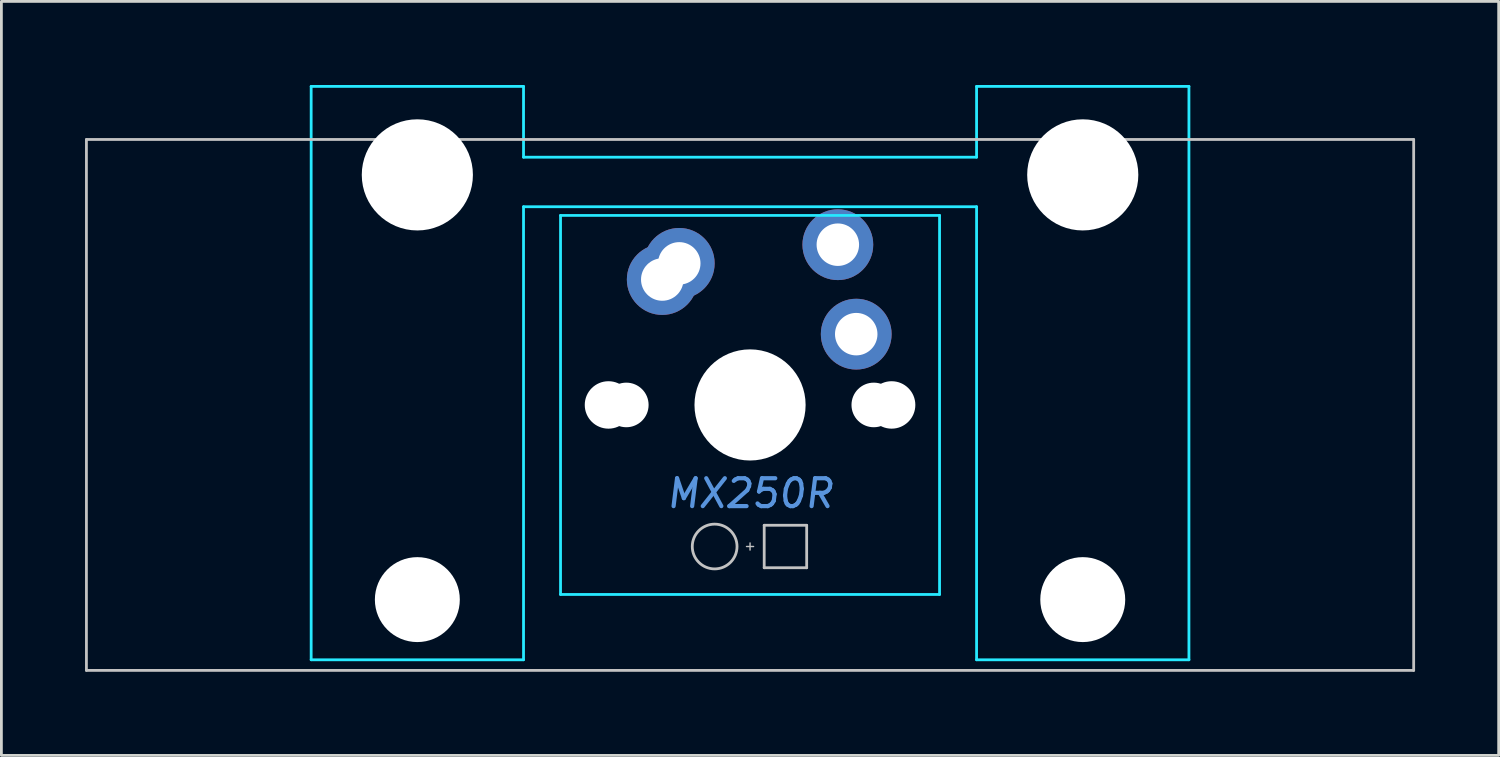
<source format=kicad_pcb>
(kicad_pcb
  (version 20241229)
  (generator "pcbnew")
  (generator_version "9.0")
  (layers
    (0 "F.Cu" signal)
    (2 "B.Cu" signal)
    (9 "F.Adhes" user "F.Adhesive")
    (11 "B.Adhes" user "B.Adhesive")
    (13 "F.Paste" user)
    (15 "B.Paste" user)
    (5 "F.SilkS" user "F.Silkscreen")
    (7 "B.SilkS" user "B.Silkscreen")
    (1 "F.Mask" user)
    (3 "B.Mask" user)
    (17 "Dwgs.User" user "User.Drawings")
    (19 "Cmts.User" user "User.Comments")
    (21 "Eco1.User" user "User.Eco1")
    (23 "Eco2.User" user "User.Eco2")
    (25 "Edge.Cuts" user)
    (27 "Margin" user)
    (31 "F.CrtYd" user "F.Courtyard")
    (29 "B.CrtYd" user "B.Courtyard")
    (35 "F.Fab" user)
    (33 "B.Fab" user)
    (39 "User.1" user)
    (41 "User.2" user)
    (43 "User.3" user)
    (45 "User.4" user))
  (footprint "MX250R"
    (layer "F.Cu")
    (at 23.863 11.48)
    (property "Reference" "MX250R" (at 0 3.175 0) (layer "Cmts.User") (effects (font (size 1 1) (thickness 0.15) (italic yes))))
    (attr through_hole)
    (fp_line (start -23.812 -9.525) (end -23.812 9.525) (stroke (width 0.1) (type solid)) (layer "Dwgs.User"))
    (fp_line (start -23.812 -9.525) (end 23.812 -9.525) (stroke (width 0.1) (type solid)) (layer "Dwgs.User"))
    (fp_line (start -23.812 9.525) (end 23.812 9.525) (stroke (width 0.1) (type solid)) (layer "Dwgs.User"))
    (fp_line (start -0.127 5.08) (end 0.127 5.08) (stroke (width 0.05) (type solid)) (layer "Dwgs.User"))
    (fp_line (start 0 5.207) (end 0 4.953) (stroke (width 0.05) (type solid)) (layer "Dwgs.User"))
    (fp_line (start 0.508 4.318) (end 0.508 5.842) (stroke (width 0.1) (type solid)) (layer "Dwgs.User"))
    (fp_line (start 0.508 4.318) (end 2.032 4.318) (stroke (width 0.1) (type solid)) (layer "Dwgs.User"))
    (fp_line (start 0.508 5.842) (end 2.032 5.842) (stroke (width 0.1) (type solid)) (layer "Dwgs.User"))
    (fp_line (start 2.032 5.842) (end 2.032 4.318) (stroke (width 0.1) (type solid)) (layer "Dwgs.User"))
    (fp_line (start 23.812 -9.525) (end 23.812 9.525) (stroke (width 0.1) (type solid)) (layer "Dwgs.User"))
    (fp_circle (center -1.27 5.08) (end -0.467 5.08) (stroke (width 0.1) (type solid)) (fill no) (layer "Dwgs.User"))
    (fp_line (start -17.17 0.889) (end -17.17 2.921) (stroke (width 0.1) (type solid)) (layer "Eco1.User"))
    (fp_line (start -16.789 3.302) (end -16.535 3.302) (stroke (width 0.1) (type solid)) (layer "Eco1.User"))
    (fp_line (start -16.535 0.508) (end -16.789 0.508) (stroke (width 0.1) (type solid)) (layer "Eco1.User"))
    (fp_line (start -16.154 -6.223) (end -16.154 0.127) (stroke (width 0.1) (type solid)) (layer "Eco1.User"))
    (fp_line (start -16.154 3.683) (end -16.154 5.309) (stroke (width 0.1) (type solid)) (layer "Eco1.User"))
    (fp_line (start -15.773 5.69) (end -9.881 5.69) (stroke (width 0.1) (type solid)) (layer "Eco1.User"))
    (fp_line (start -14.732 -6.604) (end -15.773 -6.604) (stroke (width 0.1) (type solid)) (layer "Eco1.User"))
    (fp_line (start -14.351 -7.391) (end -14.351 -6.985) (stroke (width 0.1) (type solid)) (layer "Eco1.User"))
    (fp_line (start -11.684 -7.772) (end -13.97 -7.772) (stroke (width 0.1) (type solid)) (layer "Eco1.User"))
    (fp_line (start -11.303 -6.985) (end -11.303 -7.391) (stroke (width 0.1) (type solid)) (layer "Eco1.User"))
    (fp_line (start -9.881 -6.604) (end -10.922 -6.604) (stroke (width 0.1) (type solid)) (layer "Eco1.User"))
    (fp_line (start -9.5 -6.198) (end -9.5 -6.223) (stroke (width 0.1) (type solid)) (layer "Eco1.User"))
    (fp_line (start -9.5 5.309) (end -9.5 5.258) (stroke (width 0.1) (type solid)) (layer "Eco1.User"))
    (fp_line (start -9.119 4.877) (end -7.366 4.877) (stroke (width 0.1) (type solid)) (layer "Eco1.User"))
    (fp_line (start -7.366 -5.817) (end -9.119 -5.817) (stroke (width 0.1) (type solid)) (layer "Eco1.User"))
    (fp_line (start -6.985 -6.604) (end -6.985 -6.197) (stroke (width 0.1) (type solid)) (layer "Eco1.User"))
    (fp_line (start -6.985 5.258) (end -6.985 6.604) (stroke (width 0.1) (type solid)) (layer "Eco1.User"))
    (fp_line (start -6.604 -6.985) (end 6.604 -6.985) (stroke (width 0.1) (type solid)) (layer "Eco1.User"))
    (fp_line (start -2.159 0) (end 2.159 0) (stroke (width 0.1) (type solid)) (layer "Eco1.User"))
    (fp_line (start 0 2.159) (end 0 -2.159) (stroke (width 0.1) (type solid)) (layer "Eco1.User"))
    (fp_line (start 6.604 6.985) (end -6.604 6.985) (stroke (width 0.1) (type solid)) (layer "Eco1.User"))
    (fp_line (start 6.985 -6.604) (end 6.985 -6.197) (stroke (width 0.1) (type solid)) (layer "Eco1.User"))
    (fp_line (start 6.985 5.258) (end 6.985 6.604) (stroke (width 0.1) (type solid)) (layer "Eco1.User"))
    (fp_line (start 7.366 -5.817) (end 9.119 -5.817) (stroke (width 0.1) (type solid)) (layer "Eco1.User"))
    (fp_line (start 9.119 4.877) (end 7.366 4.877) (stroke (width 0.1) (type solid)) (layer "Eco1.User"))
    (fp_line (start 9.5 -6.198) (end 9.5 -6.223) (stroke (width 0.1) (type solid)) (layer "Eco1.User"))
    (fp_line (start 9.5 5.309) (end 9.5 5.258) (stroke (width 0.1) (type solid)) (layer "Eco1.User"))
    (fp_line (start 9.881 -6.604) (end 10.922 -6.604) (stroke (width 0.1) (type solid)) (layer "Eco1.User"))
    (fp_line (start 11.303 -6.985) (end 11.303 -7.391) (stroke (width 0.1) (type solid)) (layer "Eco1.User"))
    (fp_line (start 11.684 -7.772) (end 13.97 -7.772) (stroke (width 0.1) (type solid)) (layer "Eco1.User"))
    (fp_line (start 14.351 -7.391) (end 14.351 -6.985) (stroke (width 0.1) (type solid)) (layer "Eco1.User"))
    (fp_line (start 14.732 -6.604) (end 15.773 -6.604) (stroke (width 0.1) (type solid)) (layer "Eco1.User"))
    (fp_line (start 15.773 5.69) (end 9.881 5.69) (stroke (width 0.1) (type solid)) (layer "Eco1.User"))
    (fp_line (start 16.154 -6.223) (end 16.154 0.127) (stroke (width 0.1) (type solid)) (layer "Eco1.User"))
    (fp_line (start 16.154 3.683) (end 16.154 5.309) (stroke (width 0.1) (type solid)) (layer "Eco1.User"))
    (fp_line (start 16.535 0.508) (end 16.789 0.508) (stroke (width 0.1) (type solid)) (layer "Eco1.User"))
    (fp_line (start 16.789 3.302) (end 16.535 3.302) (stroke (width 0.1) (type solid)) (layer "Eco1.User"))
    (fp_line (start 17.17 0.889) (end 17.17 2.921) (stroke (width 0.1) (type solid)) (layer "Eco1.User"))
    (fp_arc (start -17.1704 0.889) (mid -17.058808 0.619592) (end -16.7894 0.508) (stroke (width 0.1) (type solid)) (layer "Eco1.User"))
    (fp_arc (start -16.7894 3.302) (mid -17.058808 3.190408) (end -17.1704 2.921) (stroke (width 0.1) (type solid)) (layer "Eco1.User"))
    (fp_arc (start -16.5354 3.302) (mid -16.265992 3.413592) (end -16.1544 3.683) (stroke (width 0.1) (type solid)) (layer "Eco1.User"))
    (fp_arc (start -16.1544 -6.223) (mid -16.042808 -6.492408) (end -15.7734 -6.604) (stroke (width 0.1) (type solid)) (layer "Eco1.User"))
    (fp_arc (start -16.1544 0.127) (mid -16.265992 0.396408) (end -16.5354 0.508) (stroke (width 0.1) (type solid)) (layer "Eco1.User"))
    (fp_arc (start -15.7734 5.6896) (mid -16.042808 5.578008) (end -16.1544 5.3086) (stroke (width 0.1) (type solid)) (layer "Eco1.User"))
    (fp_arc (start -14.351 -7.3914) (mid -14.239408 -7.660808) (end -13.97 -7.7724) (stroke (width 0.1) (type solid)) (layer "Eco1.User"))
    (fp_arc (start -14.351 -6.985) (mid -14.462592 -6.715592) (end -14.732 -6.604) (stroke (width 0.1) (type solid)) (layer "Eco1.User"))
    (fp_arc (start -11.684 -7.7724) (mid -11.414592 -7.660808) (end -11.303 -7.3914) (stroke (width 0.1) (type solid)) (layer "Eco1.User"))
    (fp_arc (start -10.922 -6.604) (mid -11.191408 -6.715592) (end -11.303 -6.985) (stroke (width 0.1) (type solid)) (layer "Eco1.User"))
    (fp_arc (start -9.8806 -6.604) (mid -9.611192 -6.492408) (end -9.4996 -6.223) (stroke (width 0.1) (type solid)) (layer "Eco1.User"))
    (fp_arc (start -9.4996 5.2578) (mid -9.388008 4.988392) (end -9.1186 4.8768) (stroke (width 0.1) (type solid)) (layer "Eco1.User"))
    (fp_arc (start -9.4996 5.3086) (mid -9.611192 5.578008) (end -9.8806 5.6896) (stroke (width 0.1) (type solid)) (layer "Eco1.User"))
    (fp_arc (start -9.1186 -5.8166) (mid -9.388008 -5.928192) (end -9.4996 -6.1976) (stroke (width 0.1) (type solid)) (layer "Eco1.User"))
    (fp_arc (start -7.366 4.8768) (mid -7.096592 4.988392) (end -6.985 5.2578) (stroke (width 0.1) (type solid)) (layer "Eco1.User"))
    (fp_arc (start -6.985 -6.604) (mid -6.873408 -6.873408) (end -6.604 -6.985) (stroke (width 0.1) (type solid)) (layer "Eco1.User"))
    (fp_arc (start -6.985 -6.1976) (mid -7.096592 -5.928192) (end -7.366 -5.8166) (stroke (width 0.1) (type solid)) (layer "Eco1.User"))
    (fp_arc (start -6.604 6.985) (mid -6.873408 6.873408) (end -6.985 6.604) (stroke (width 0.1) (type solid)) (layer "Eco1.User"))
    (fp_arc (start 6.604 -6.985) (mid 6.873408 -6.873408) (end 6.985 -6.604) (stroke (width 0.1) (type solid)) (layer "Eco1.User"))
    (fp_arc (start 6.985 5.2578) (mid 7.096592 4.988392) (end 7.366 4.8768) (stroke (width 0.1) (type solid)) (layer "Eco1.User"))
    (fp_arc (start 6.985 6.604) (mid 6.873408 6.873408) (end 6.604 6.985) (stroke (width 0.1) (type solid)) (layer "Eco1.User"))
    (fp_arc (start 7.366 -5.8166) (mid 7.096592 -5.928192) (end 6.985 -6.1976) (stroke (width 0.1) (type solid)) (layer "Eco1.User"))
    (fp_arc (start 9.1186 4.8768) (mid 9.388008 4.988392) (end 9.4996 5.2578) (stroke (width 0.1) (type solid)) (layer "Eco1.User"))
    (fp_arc (start 9.4996 -6.223) (mid 9.611192 -6.492408) (end 9.8806 -6.604) (stroke (width 0.1) (type solid)) (layer "Eco1.User"))
    (fp_arc (start 9.4996 -6.1976) (mid 9.388008 -5.928192) (end 9.1186 -5.8166) (stroke (width 0.1) (type solid)) (layer "Eco1.User"))
    (fp_arc (start 9.8806 5.6896) (mid 9.611192 5.578008) (end 9.4996 5.3086) (stroke (width 0.1) (type solid)) (layer "Eco1.User"))
    (fp_arc (start 11.303 -7.3914) (mid 11.414592 -7.660808) (end 11.684 -7.7724) (stroke (width 0.1) (type solid)) (layer "Eco1.User"))
    (fp_arc (start 11.303 -6.985) (mid 11.191408 -6.715592) (end 10.922 -6.604) (stroke (width 0.1) (type solid)) (layer "Eco1.User"))
    (fp_arc (start 13.97 -7.7724) (mid 14.239408 -7.660808) (end 14.351 -7.3914) (stroke (width 0.1) (type solid)) (layer "Eco1.User"))
    (fp_arc (start 14.732 -6.604) (mid 14.462592 -6.715592) (end 14.351 -6.985) (stroke (width 0.1) (type solid)) (layer "Eco1.User"))
    (fp_arc (start 15.7734 -6.604) (mid 16.042808 -6.492408) (end 16.1544 -6.223) (stroke (width 0.1) (type solid)) (layer "Eco1.User"))
    (fp_arc (start 16.1544 3.683) (mid 16.265992 3.413592) (end 16.5354 3.302) (stroke (width 0.1) (type solid)) (layer "Eco1.User"))
    (fp_arc (start 16.1544 5.3086) (mid 16.042808 5.578008) (end 15.7734 5.6896) (stroke (width 0.1) (type solid)) (layer "Eco1.User"))
    (fp_arc (start 16.5354 0.508) (mid 16.265992 0.396408) (end 16.1544 0.127) (stroke (width 0.1) (type solid)) (layer "Eco1.User"))
    (fp_arc (start 16.7894 0.508) (mid 17.058808 0.619592) (end 17.1704 0.889) (stroke (width 0.1) (type solid)) (layer "Eco1.User"))
    (fp_arc (start 17.1704 2.921) (mid 17.058808 3.190408) (end 16.7894 3.302) (stroke (width 0.1) (type solid)) (layer "Eco1.User"))
    (fp_circle (center 0 0) (end -1.994 0) (stroke (width 0.1) (type solid)) (fill no) (layer "Eco1.User"))
    (fp_line (start -15.748 -11.43) (end -8.128 -11.43) (stroke (width 0.1) (type solid)) (layer "B.CrtYd"))
    (fp_line (start -15.748 9.144) (end -15.748 -11.43) (stroke (width 0.1) (type solid)) (layer "B.CrtYd"))
    (fp_line (start -8.128 -11.43) (end -8.128 -8.89) (stroke (width 0.1) (type solid)) (layer "B.CrtYd"))
    (fp_line (start -8.128 9.144) (end -15.748 9.144) (stroke (width 0.1) (type solid)) (layer "B.CrtYd"))
    (fp_line (start -8.128 9.144) (end -8.128 -7.112) (stroke (width 0.1) (type solid)) (layer "B.CrtYd"))
    (fp_line (start -6.8 6.8) (end -6.8 -6.8) (stroke (width 0.1) (type solid)) (layer "B.CrtYd"))
    (fp_line (start 6.8 -6.8) (end -6.8 -6.8) (stroke (width 0.1) (type solid)) (layer "B.CrtYd"))
    (fp_line (start 6.8 6.8) (end -6.8 6.8) (stroke (width 0.1) (type solid)) (layer "B.CrtYd"))
    (fp_line (start 6.8 6.8) (end 6.8 -6.8) (stroke (width 0.1) (type solid)) (layer "B.CrtYd"))
    (fp_line (start 8.128 -11.43) (end 8.128 -8.89) (stroke (width 0.1) (type solid)) (layer "B.CrtYd"))
    (fp_line (start 8.128 -11.43) (end 15.748 -11.43) (stroke (width 0.1) (type solid)) (layer "B.CrtYd"))
    (fp_line (start 8.128 -8.89) (end -8.128 -8.89) (stroke (width 0.1) (type solid)) (layer "B.CrtYd"))
    (fp_line (start 8.128 -7.112) (end -8.128 -7.112) (stroke (width 0.1) (type solid)) (layer "B.CrtYd"))
    (fp_line (start 8.128 9.144) (end 8.128 -7.112) (stroke (width 0.1) (type solid)) (layer "B.CrtYd"))
    (fp_line (start 15.748 -11.43) (end 15.748 9.144) (stroke (width 0.1) (type solid)) (layer "B.CrtYd"))
    (fp_line (start 15.748 9.144) (end 8.128 9.144) (stroke (width 0.1) (type solid)) (layer "B.CrtYd"))
    (pad "" np_thru_hole circle (at -11.938 -8.255 180) (size 3.988 3.988) (drill 3.988) (layers "*.Cu" "*.Mask"))
    (pad "" np_thru_hole circle (at -11.938 6.985 180) (size 3.048 3.048) (drill 3.048) (layers "*.Cu" "*.Mask"))
    (pad "" np_thru_hole circle (at -5.08 0) (size 1.702 1.702) (drill 1.702) (layers "*.Cu" "*.Mask"))
    (pad "" np_thru_hole circle (at -4.44 0) (size 1.6 1.6) (drill 1.6) (layers "*.Cu" "*.Mask"))
    (pad "" np_thru_hole circle (at 0 0) (size 3.988 3.988) (drill 3.988) (layers "*.Cu" "*.Mask"))
    (pad "" np_thru_hole circle (at 4.44 0) (size 1.6 1.6) (drill 1.6) (layers "*.Cu" "*.Mask"))
    (pad "" np_thru_hole circle (at 5.08 0) (size 1.702 1.702) (drill 1.702) (layers "*.Cu" "*.Mask"))
    (pad "" np_thru_hole circle (at 11.938 -8.255 180) (size 3.988 3.988) (drill 3.988) (layers "*.Cu" "*.Mask"))
    (pad "" np_thru_hole circle (at 11.938 6.985 180) (size 3.048 3.048) (drill 3.048) (layers "*.Cu" "*.Mask"))
    (pad "1" thru_hole circle (at -3.15 -4.5) (size 2.54 2.54) (drill 1.524) (layers "*.Cu" "*.Mask"))
    (pad "1" thru_hole circle (at -2.54 -5.08) (size 2.54 2.54) (drill 1.524) (layers "*.Cu" "*.Mask"))
    (pad "2" thru_hole circle (at 3.15 -5.75) (size 2.54 2.54) (drill 1.524) (layers "*.Cu" "*.Mask"))
    (pad "2" thru_hole circle (at 3.81 -2.54) (size 2.54 2.54) (drill 1.524) (layers "*.Cu" "*.Mask")))
  (gr_rect
    (start -3 -3)
    (end 50.725 24.055)
    (stroke (width 0.1) (type default))
    (fill no)
    (layer "Edge.Cuts")))
</source>
